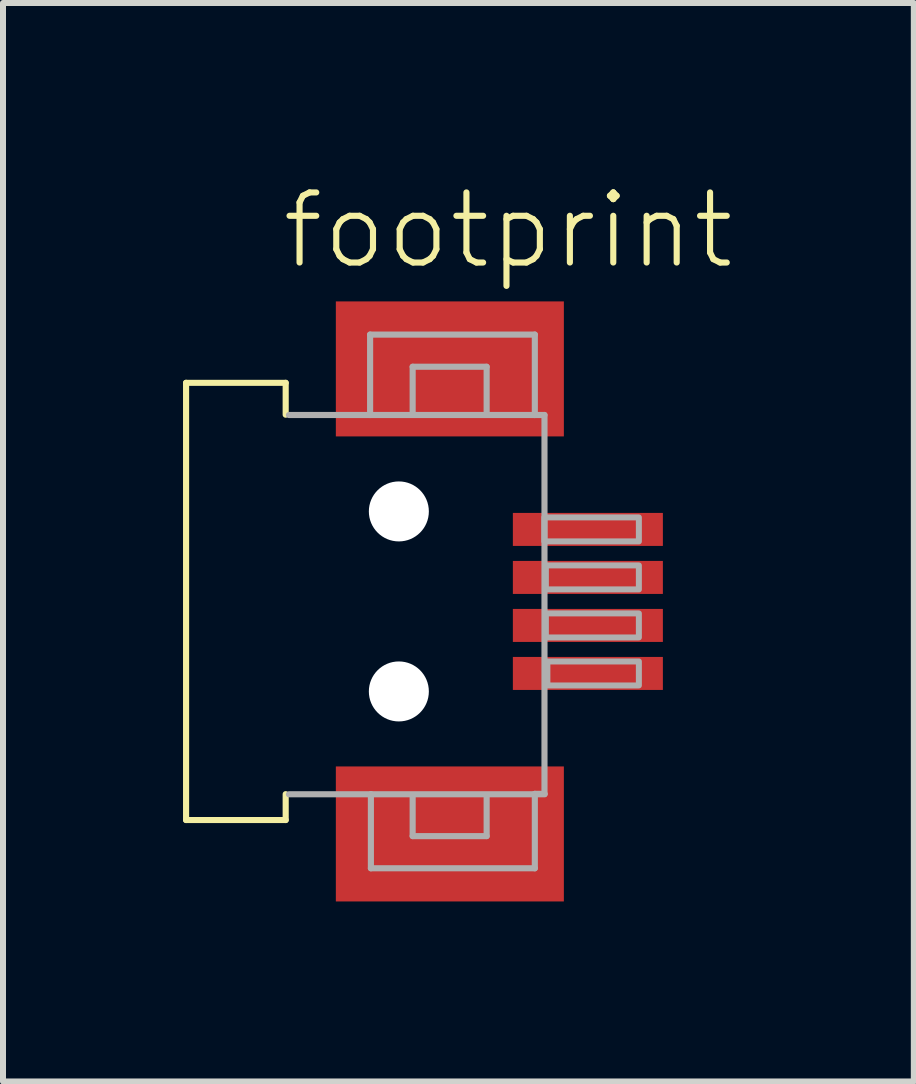
<source format=kicad_pcb>
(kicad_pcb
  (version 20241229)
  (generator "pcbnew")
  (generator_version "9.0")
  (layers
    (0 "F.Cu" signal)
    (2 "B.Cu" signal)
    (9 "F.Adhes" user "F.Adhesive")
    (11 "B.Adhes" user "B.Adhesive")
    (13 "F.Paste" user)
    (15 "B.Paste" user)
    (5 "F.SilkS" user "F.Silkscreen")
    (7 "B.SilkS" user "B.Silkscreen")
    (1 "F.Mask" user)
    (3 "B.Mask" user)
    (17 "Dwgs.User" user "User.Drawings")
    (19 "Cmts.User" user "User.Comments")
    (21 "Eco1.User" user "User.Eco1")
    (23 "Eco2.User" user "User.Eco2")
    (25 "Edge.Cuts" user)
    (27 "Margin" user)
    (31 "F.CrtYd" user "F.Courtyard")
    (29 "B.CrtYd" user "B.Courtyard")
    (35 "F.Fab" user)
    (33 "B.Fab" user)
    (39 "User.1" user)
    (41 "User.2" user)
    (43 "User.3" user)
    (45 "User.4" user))
  (footprint "footprint"
    (layer "F.Cu")
    (at 3.597 6.973)
    (property "Reference" "footprint" (at -2 -5.5 0) (layer "F.SilkS") (effects (font (size 1.168 1.168) (thickness 0.102)) (justify left bottom)))
    (fp_line (start -3.546 -3.643) (end -1.886 -3.643) (stroke (width 0.102) (type solid)) (layer "F.SilkS"))
    (fp_line (start -3.546 3.643) (end -3.546 -3.643) (stroke (width 0.102) (type solid)) (layer "F.SilkS"))
    (fp_line (start -1.886 -3.643) (end -1.886 -3.112) (stroke (width 0.102) (type solid)) (layer "F.SilkS"))
    (fp_line (start -1.886 3.212) (end -1.886 3.643) (stroke (width 0.102) (type solid)) (layer "F.SilkS"))
    (fp_line (start -1.886 3.643) (end -3.546 3.643) (stroke (width 0.102) (type solid)) (layer "F.SilkS"))
    (fp_line (start -1.832 -3.107) (end -0.479 -3.107) (stroke (width 0.102) (type solid)) (layer "F.Fab"))
    (fp_line (start -1.832 3.214) (end -0.466 3.214) (stroke (width 0.102) (type solid)) (layer "F.Fab"))
    (fp_line (start -0.479 -4.447) (end 2.266 -4.447) (stroke (width 0.102) (type solid)) (layer "F.Fab"))
    (fp_line (start -0.479 -3.107) (end -0.479 -4.447) (stroke (width 0.102) (type solid)) (layer "F.Fab"))
    (fp_line (start -0.479 -3.107) (end 2.266 -3.107) (stroke (width 0.102) (type solid)) (layer "F.Fab"))
    (fp_line (start -0.466 3.214) (end 2.429 3.214) (stroke (width 0.102) (type solid)) (layer "F.Fab"))
    (fp_line (start -0.466 4.447) (end -0.466 3.214) (stroke (width 0.102) (type solid)) (layer "F.Fab"))
    (fp_line (start 0.23 -3.911) (end 0.23 -3.134) (stroke (width 0.102) (type solid)) (layer "F.Fab"))
    (fp_line (start 0.23 3.911) (end 0.23 3.234) (stroke (width 0.102) (type solid)) (layer "F.Fab"))
    (fp_line (start 1.463 -3.911) (end 0.23 -3.911) (stroke (width 0.102) (type solid)) (layer "F.Fab"))
    (fp_line (start 1.463 -3.134) (end 1.463 -3.911) (stroke (width 0.102) (type solid)) (layer "F.Fab"))
    (fp_line (start 1.463 3.234) (end 1.463 3.911) (stroke (width 0.102) (type solid)) (layer "F.Fab"))
    (fp_line (start 1.463 3.911) (end 0.23 3.911) (stroke (width 0.102) (type solid)) (layer "F.Fab"))
    (fp_line (start 2.266 -4.447) (end 2.266 -3.107) (stroke (width 0.102) (type solid)) (layer "F.Fab"))
    (fp_line (start 2.266 -3.107) (end 2.427 -3.107) (stroke (width 0.102) (type solid)) (layer "F.Fab"))
    (fp_line (start 2.266 3.207) (end 2.266 4.447) (stroke (width 0.102) (type solid)) (layer "F.Fab"))
    (fp_line (start 2.266 4.447) (end -0.466 4.447) (stroke (width 0.102) (type solid)) (layer "F.Fab"))
    (fp_line (start 2.427 -3.107) (end 2.427 3.207) (stroke (width 0.102) (type solid)) (layer "F.Fab"))
    (fp_line (start 2.427 3.207) (end 2.266 3.207) (stroke (width 0.102) (type solid)) (layer "F.Fab"))
    (fp_poly (pts (xy 2.425 -1.4) (xy 2.425 -1) (xy 4 -1) (xy 4 -1.4)) (stroke (width 0.1) (type solid)) (fill no) (layer "F.Fab"))
    (fp_poly (pts (xy 2.45 -0.6) (xy 2.45 -0.2) (xy 4 -0.2) (xy 4 -0.6)) (stroke (width 0.1) (type solid)) (fill no) (layer "F.Fab"))
    (fp_poly (pts (xy 2.45 0.2) (xy 2.45 0.6) (xy 4 0.6) (xy 4 0.2)) (stroke (width 0.1) (type solid)) (fill no) (layer "F.Fab"))
    (fp_poly (pts (xy 2.475 1) (xy 2.475 1.4) (xy 4 1.4) (xy 4 1)) (stroke (width 0.1) (type solid)) (fill no) (layer "F.Fab"))
    (pad "" np_thru_hole circle (at 0 -1.5) (size 1 1) (drill 1) (layers "*.Cu" "*.Mask"))
    (pad "" np_thru_hole circle (at 0 1.5) (size 1 1) (drill 1) (layers "*.Cu" "*.Mask"))
    (pad "1" smd rect (at 3.15 -1.2 270) (size 0.55 2.5) (layers "F.Cu" "F.Mask" "F.Paste"))
    (pad "2" smd rect (at 3.15 -0.4 270) (size 0.55 2.5) (layers "F.Cu" "F.Mask" "F.Paste"))
    (pad "3" smd rect (at 3.15 0.4 270) (size 0.55 2.5) (layers "F.Cu" "F.Mask" "F.Paste"))
    (pad "4" smd rect (at 3.15 1.2 270) (size 0.55 2.5) (layers "F.Cu" "F.Mask" "F.Paste"))
    (pad "M1" smd rect (at 0.85 -3.875 270) (size 2.25 3.8) (layers "F.Cu" "F.Mask" "F.Paste"))
    (pad "M2" smd rect (at 0.85 3.875 270) (size 2.25 3.8) (layers "F.Cu" "F.Mask" "F.Paste")))
  (gr_rect
    (start -3 -3)
    (end 12.179 14.973)
    (stroke (width 0.1) (type default))
    (fill no)
    (layer "Edge.Cuts")))
</source>
